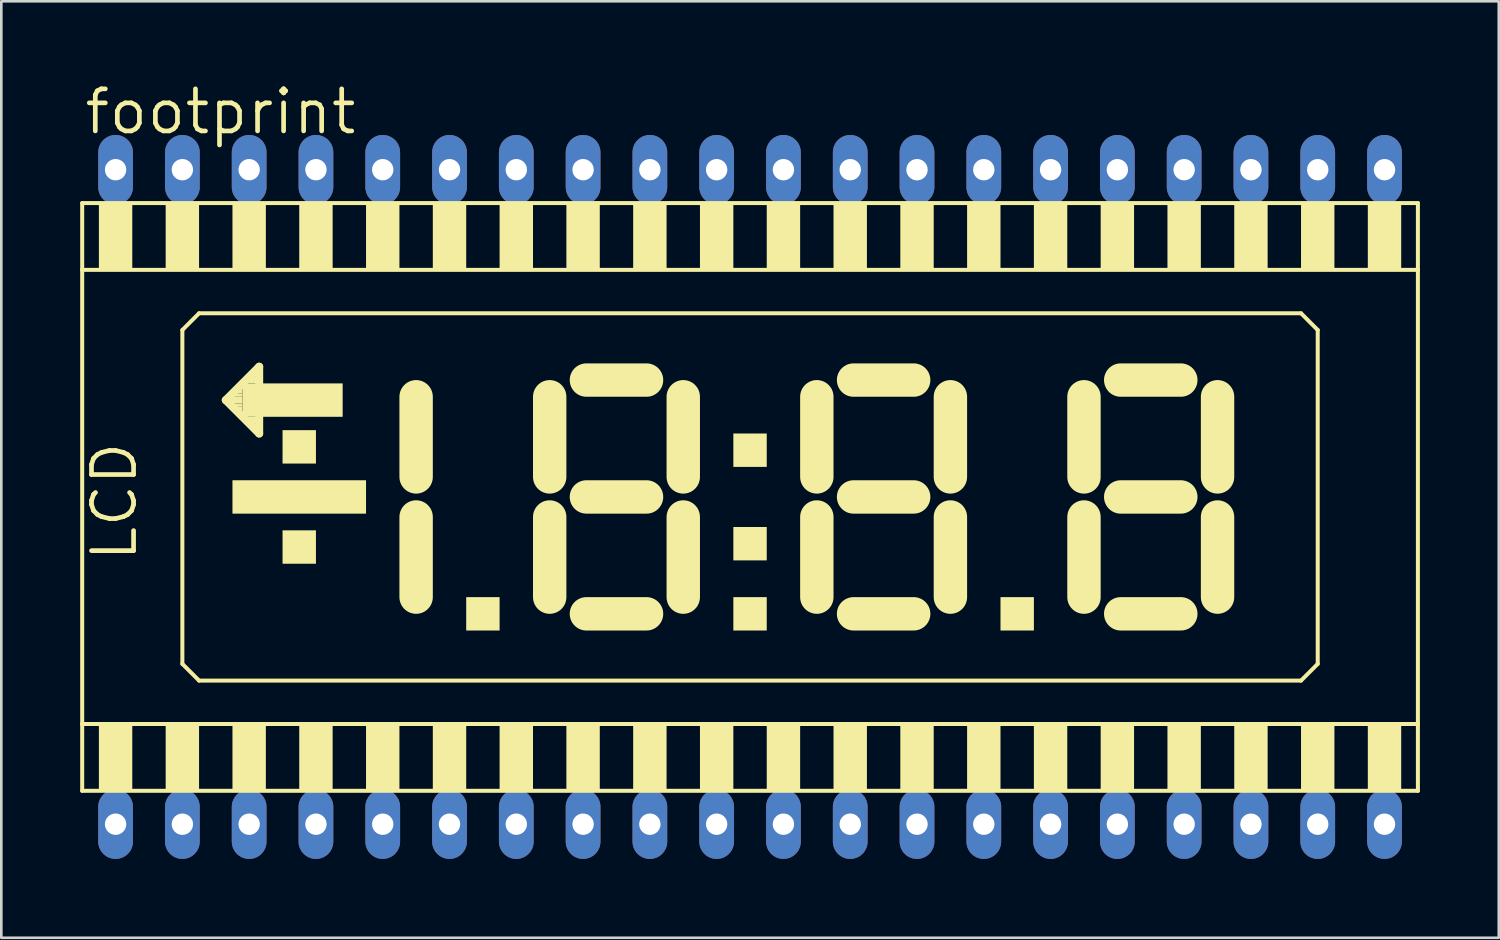
<source format=kicad_pcb>
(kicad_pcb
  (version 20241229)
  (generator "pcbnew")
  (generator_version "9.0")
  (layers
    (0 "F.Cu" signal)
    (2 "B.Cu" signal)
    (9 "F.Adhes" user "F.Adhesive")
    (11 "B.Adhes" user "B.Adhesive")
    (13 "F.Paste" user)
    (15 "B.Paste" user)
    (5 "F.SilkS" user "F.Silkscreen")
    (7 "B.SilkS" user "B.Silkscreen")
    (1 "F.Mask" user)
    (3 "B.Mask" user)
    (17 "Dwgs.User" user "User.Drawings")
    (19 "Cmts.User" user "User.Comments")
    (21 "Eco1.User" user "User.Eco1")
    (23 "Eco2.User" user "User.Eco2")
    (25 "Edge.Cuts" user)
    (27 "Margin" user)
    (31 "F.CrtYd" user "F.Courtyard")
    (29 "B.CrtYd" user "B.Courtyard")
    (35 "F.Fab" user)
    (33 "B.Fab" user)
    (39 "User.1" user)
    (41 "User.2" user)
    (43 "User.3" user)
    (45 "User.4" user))
  (footprint "footprint"
    (layer "F.Cu")
    (at 25.476 15.85)
    (property "Reference" "footprint" (at -25.4 -13.716 0) (layer "F.SilkS") (effects (font (size 1.6 1.6) (thickness 0.178)) (justify left bottom)))
    (fp_line (start -25.4 -11.176) (end -25.4 -8.636) (stroke (width 0.152) (type solid)) (layer "F.SilkS"))
    (fp_line (start -25.4 -8.636) (end -25.4 8.636) (stroke (width 0.152) (type solid)) (layer "F.SilkS"))
    (fp_line (start -25.4 -8.636) (end 25.4 -8.636) (stroke (width 0.152) (type solid)) (layer "F.SilkS"))
    (fp_line (start -25.4 8.636) (end -25.4 11.176) (stroke (width 0.152) (type solid)) (layer "F.SilkS"))
    (fp_line (start -25.4 11.176) (end 25.4 11.176) (stroke (width 0.152) (type solid)) (layer "F.SilkS"))
    (fp_line (start -21.59 -6.35) (end -21.59 6.35) (stroke (width 0.152) (type solid)) (layer "F.SilkS"))
    (fp_line (start -21.59 6.35) (end -20.955 6.985) (stroke (width 0.152) (type solid)) (layer "F.SilkS"))
    (fp_line (start -20.955 -6.985) (end -21.59 -6.35) (stroke (width 0.152) (type solid)) (layer "F.SilkS"))
    (fp_line (start -20.955 6.985) (end 20.955 6.985) (stroke (width 0.152) (type solid)) (layer "F.SilkS"))
    (fp_line (start -19.939 -3.683) (end -18.669 -4.953) (stroke (width 0.305) (type solid)) (layer "F.SilkS"))
    (fp_line (start -18.669 -4.953) (end -18.669 -2.413) (stroke (width 0.305) (type solid)) (layer "F.SilkS"))
    (fp_line (start -18.669 -2.413) (end -19.939 -3.683) (stroke (width 0.305) (type solid)) (layer "F.SilkS"))
    (fp_line (start -12.7 -0.762) (end -12.7 -3.81) (stroke (width 1.27) (type solid)) (layer "F.SilkS"))
    (fp_line (start -12.7 3.81) (end -12.7 0.762) (stroke (width 1.27) (type solid)) (layer "F.SilkS"))
    (fp_line (start -7.62 -3.81) (end -7.62 -0.762) (stroke (width 1.27) (type solid)) (layer "F.SilkS"))
    (fp_line (start -7.62 0.762) (end -7.62 3.81) (stroke (width 1.27) (type solid)) (layer "F.SilkS"))
    (fp_line (start -6.223 -4.445) (end -3.937 -4.445) (stroke (width 1.27) (type solid)) (layer "F.SilkS"))
    (fp_line (start -6.223 0) (end -3.937 0) (stroke (width 1.27) (type solid)) (layer "F.SilkS"))
    (fp_line (start -6.223 4.445) (end -3.937 4.445) (stroke (width 1.27) (type solid)) (layer "F.SilkS"))
    (fp_line (start -2.54 -0.762) (end -2.54 -3.81) (stroke (width 1.27) (type solid)) (layer "F.SilkS"))
    (fp_line (start -2.54 3.81) (end -2.54 0.762) (stroke (width 1.27) (type solid)) (layer "F.SilkS"))
    (fp_line (start 2.54 -3.81) (end 2.54 -0.762) (stroke (width 1.27) (type solid)) (layer "F.SilkS"))
    (fp_line (start 2.54 0.762) (end 2.54 3.81) (stroke (width 1.27) (type solid)) (layer "F.SilkS"))
    (fp_line (start 3.937 -4.445) (end 6.223 -4.445) (stroke (width 1.27) (type solid)) (layer "F.SilkS"))
    (fp_line (start 3.937 0) (end 6.223 0) (stroke (width 1.27) (type solid)) (layer "F.SilkS"))
    (fp_line (start 3.937 4.445) (end 6.223 4.445) (stroke (width 1.27) (type solid)) (layer "F.SilkS"))
    (fp_line (start 7.62 -0.762) (end 7.62 -3.81) (stroke (width 1.27) (type solid)) (layer "F.SilkS"))
    (fp_line (start 7.62 3.81) (end 7.62 0.762) (stroke (width 1.27) (type solid)) (layer "F.SilkS"))
    (fp_line (start 12.7 -3.81) (end 12.7 -0.762) (stroke (width 1.27) (type solid)) (layer "F.SilkS"))
    (fp_line (start 12.7 0.762) (end 12.7 3.81) (stroke (width 1.27) (type solid)) (layer "F.SilkS"))
    (fp_line (start 14.097 -4.445) (end 16.383 -4.445) (stroke (width 1.27) (type solid)) (layer "F.SilkS"))
    (fp_line (start 14.097 0) (end 16.383 0) (stroke (width 1.27) (type solid)) (layer "F.SilkS"))
    (fp_line (start 14.097 4.445) (end 16.383 4.445) (stroke (width 1.27) (type solid)) (layer "F.SilkS"))
    (fp_line (start 17.78 -0.762) (end 17.78 -3.81) (stroke (width 1.27) (type solid)) (layer "F.SilkS"))
    (fp_line (start 17.78 3.81) (end 17.78 0.762) (stroke (width 1.27) (type solid)) (layer "F.SilkS"))
    (fp_line (start 20.955 -6.985) (end -20.955 -6.985) (stroke (width 0.152) (type solid)) (layer "F.SilkS"))
    (fp_line (start 20.955 6.985) (end 21.59 6.35) (stroke (width 0.152) (type solid)) (layer "F.SilkS"))
    (fp_line (start 21.59 -6.35) (end 20.955 -6.985) (stroke (width 0.152) (type solid)) (layer "F.SilkS"))
    (fp_line (start 21.59 6.35) (end 21.59 -6.35) (stroke (width 0.152) (type solid)) (layer "F.SilkS"))
    (fp_line (start 25.4 -11.176) (end -25.4 -11.176) (stroke (width 0.152) (type solid)) (layer "F.SilkS"))
    (fp_line (start 25.4 -8.636) (end 25.4 -11.176) (stroke (width 0.152) (type solid)) (layer "F.SilkS"))
    (fp_line (start 25.4 8.636) (end -25.4 8.636) (stroke (width 0.152) (type solid)) (layer "F.SilkS"))
    (fp_line (start 25.4 8.636) (end 25.4 -8.636) (stroke (width 0.152) (type solid)) (layer "F.SilkS"))
    (fp_line (start 25.4 11.176) (end 25.4 8.636) (stroke (width 0.152) (type solid)) (layer "F.SilkS"))
    (fp_poly (pts (xy -24.765 -8.636) (xy -23.495 -8.636) (xy -23.495 -11.176) (xy -24.765 -11.176)) (stroke (width 0) (type solid)) (fill yes) (layer "F.SilkS"))
    (fp_poly (pts (xy -24.765 11.176) (xy -23.495 11.176) (xy -23.495 8.636) (xy -24.765 8.636)) (stroke (width 0) (type solid)) (fill yes) (layer "F.SilkS"))
    (fp_poly (pts (xy -22.225 -8.636) (xy -20.955 -8.636) (xy -20.955 -11.176) (xy -22.225 -11.176)) (stroke (width 0) (type solid)) (fill yes) (layer "F.SilkS"))
    (fp_poly (pts (xy -22.225 11.176) (xy -20.955 11.176) (xy -20.955 8.636) (xy -22.225 8.636)) (stroke (width 0) (type solid)) (fill yes) (layer "F.SilkS"))
    (fp_poly (pts (xy -19.812 -3.556) (xy -19.304 -3.556) (xy -19.304 -3.81) (xy -19.812 -3.81)) (stroke (width 0) (type solid)) (fill yes) (layer "F.SilkS"))
    (fp_poly (pts (xy -19.685 -8.636) (xy -18.415 -8.636) (xy -18.415 -11.176) (xy -19.685 -11.176)) (stroke (width 0) (type solid)) (fill yes) (layer "F.SilkS"))
    (fp_poly (pts (xy -19.685 -3.81) (xy -19.304 -3.81) (xy -19.304 -3.937) (xy -19.685 -3.937)) (stroke (width 0) (type solid)) (fill yes) (layer "F.SilkS"))
    (fp_poly (pts (xy -19.685 -3.429) (xy -19.304 -3.429) (xy -19.304 -3.556) (xy -19.685 -3.556)) (stroke (width 0) (type solid)) (fill yes) (layer "F.SilkS"))
    (fp_poly (pts (xy -19.685 0.635) (xy -14.605 0.635) (xy -14.605 -0.635) (xy -19.685 -0.635)) (stroke (width 0) (type solid)) (fill yes) (layer "F.SilkS"))
    (fp_poly (pts (xy -19.685 11.176) (xy -18.415 11.176) (xy -18.415 8.636) (xy -19.685 8.636)) (stroke (width 0) (type solid)) (fill yes) (layer "F.SilkS"))
    (fp_poly (pts (xy -19.558 -3.937) (xy -19.304 -3.937) (xy -19.304 -4.064) (xy -19.558 -4.064)) (stroke (width 0) (type solid)) (fill yes) (layer "F.SilkS"))
    (fp_poly (pts (xy -19.558 -3.302) (xy -19.304 -3.302) (xy -19.304 -3.429) (xy -19.558 -3.429)) (stroke (width 0) (type solid)) (fill yes) (layer "F.SilkS"))
    (fp_poly (pts (xy -19.431 -4.064) (xy -19.304 -4.064) (xy -19.304 -4.191) (xy -19.431 -4.191)) (stroke (width 0) (type solid)) (fill yes) (layer "F.SilkS"))
    (fp_poly (pts (xy -19.431 -3.175) (xy -19.304 -3.175) (xy -19.304 -3.302) (xy -19.431 -3.302)) (stroke (width 0) (type solid)) (fill yes) (layer "F.SilkS"))
    (fp_poly (pts (xy -19.304 -3.048) (xy -15.494 -3.048) (xy -15.494 -4.318) (xy -19.304 -4.318)) (stroke (width 0) (type solid)) (fill yes) (layer "F.SilkS"))
    (fp_poly (pts (xy -19.177 -4.318) (xy -18.669 -4.318) (xy -18.669 -4.572) (xy -19.177 -4.572)) (stroke (width 0) (type solid)) (fill yes) (layer "F.SilkS"))
    (fp_poly (pts (xy -19.177 -2.794) (xy -18.669 -2.794) (xy -18.669 -3.048) (xy -19.177 -3.048)) (stroke (width 0) (type solid)) (fill yes) (layer "F.SilkS"))
    (fp_poly (pts (xy -18.923 -4.572) (xy -18.669 -4.572) (xy -18.669 -4.699) (xy -18.923 -4.699)) (stroke (width 0) (type solid)) (fill yes) (layer "F.SilkS"))
    (fp_poly (pts (xy -18.923 -2.667) (xy -18.669 -2.667) (xy -18.669 -2.794) (xy -18.923 -2.794)) (stroke (width 0) (type solid)) (fill yes) (layer "F.SilkS"))
    (fp_poly (pts (xy -17.78 -1.27) (xy -16.51 -1.27) (xy -16.51 -2.54) (xy -17.78 -2.54)) (stroke (width 0) (type solid)) (fill yes) (layer "F.SilkS"))
    (fp_poly (pts (xy -17.78 2.54) (xy -16.51 2.54) (xy -16.51 1.27) (xy -17.78 1.27)) (stroke (width 0) (type solid)) (fill yes) (layer "F.SilkS"))
    (fp_poly (pts (xy -17.145 -8.636) (xy -15.875 -8.636) (xy -15.875 -11.176) (xy -17.145 -11.176)) (stroke (width 0) (type solid)) (fill yes) (layer "F.SilkS"))
    (fp_poly (pts (xy -17.145 11.176) (xy -15.875 11.176) (xy -15.875 8.636) (xy -17.145 8.636)) (stroke (width 0) (type solid)) (fill yes) (layer "F.SilkS"))
    (fp_poly (pts (xy -14.605 -8.636) (xy -13.335 -8.636) (xy -13.335 -11.176) (xy -14.605 -11.176)) (stroke (width 0) (type solid)) (fill yes) (layer "F.SilkS"))
    (fp_poly (pts (xy -14.605 11.176) (xy -13.335 11.176) (xy -13.335 8.636) (xy -14.605 8.636)) (stroke (width 0) (type solid)) (fill yes) (layer "F.SilkS"))
    (fp_poly (pts (xy -12.065 -8.636) (xy -10.795 -8.636) (xy -10.795 -11.176) (xy -12.065 -11.176)) (stroke (width 0) (type solid)) (fill yes) (layer "F.SilkS"))
    (fp_poly (pts (xy -12.065 11.176) (xy -10.795 11.176) (xy -10.795 8.636) (xy -12.065 8.636)) (stroke (width 0) (type solid)) (fill yes) (layer "F.SilkS"))
    (fp_poly (pts (xy -10.795 5.08) (xy -9.525 5.08) (xy -9.525 3.81) (xy -10.795 3.81)) (stroke (width 0) (type solid)) (fill yes) (layer "F.SilkS"))
    (fp_poly (pts (xy -9.525 -8.636) (xy -8.255 -8.636) (xy -8.255 -11.176) (xy -9.525 -11.176)) (stroke (width 0) (type solid)) (fill yes) (layer "F.SilkS"))
    (fp_poly (pts (xy -9.525 11.176) (xy -8.255 11.176) (xy -8.255 8.636) (xy -9.525 8.636)) (stroke (width 0) (type solid)) (fill yes) (layer "F.SilkS"))
    (fp_poly (pts (xy -6.985 -8.636) (xy -5.715 -8.636) (xy -5.715 -11.176) (xy -6.985 -11.176)) (stroke (width 0) (type solid)) (fill yes) (layer "F.SilkS"))
    (fp_poly (pts (xy -6.985 11.176) (xy -5.715 11.176) (xy -5.715 8.636) (xy -6.985 8.636)) (stroke (width 0) (type solid)) (fill yes) (layer "F.SilkS"))
    (fp_poly (pts (xy -4.445 -8.636) (xy -3.175 -8.636) (xy -3.175 -11.176) (xy -4.445 -11.176)) (stroke (width 0) (type solid)) (fill yes) (layer "F.SilkS"))
    (fp_poly (pts (xy -4.445 11.176) (xy -3.175 11.176) (xy -3.175 8.636) (xy -4.445 8.636)) (stroke (width 0) (type solid)) (fill yes) (layer "F.SilkS"))
    (fp_poly (pts (xy -1.905 -8.636) (xy -0.635 -8.636) (xy -0.635 -11.176) (xy -1.905 -11.176)) (stroke (width 0) (type solid)) (fill yes) (layer "F.SilkS"))
    (fp_poly (pts (xy -1.905 11.176) (xy -0.635 11.176) (xy -0.635 8.636) (xy -1.905 8.636)) (stroke (width 0) (type solid)) (fill yes) (layer "F.SilkS"))
    (fp_poly (pts (xy -0.635 -1.143) (xy 0.635 -1.143) (xy 0.635 -2.413) (xy -0.635 -2.413)) (stroke (width 0) (type solid)) (fill yes) (layer "F.SilkS"))
    (fp_poly (pts (xy -0.635 2.413) (xy 0.635 2.413) (xy 0.635 1.143) (xy -0.635 1.143)) (stroke (width 0) (type solid)) (fill yes) (layer "F.SilkS"))
    (fp_poly (pts (xy -0.635 5.08) (xy 0.635 5.08) (xy 0.635 3.81) (xy -0.635 3.81)) (stroke (width 0) (type solid)) (fill yes) (layer "F.SilkS"))
    (fp_poly (pts (xy 0.635 -8.636) (xy 1.905 -8.636) (xy 1.905 -11.176) (xy 0.635 -11.176)) (stroke (width 0) (type solid)) (fill yes) (layer "F.SilkS"))
    (fp_poly (pts (xy 0.635 11.176) (xy 1.905 11.176) (xy 1.905 8.636) (xy 0.635 8.636)) (stroke (width 0) (type solid)) (fill yes) (layer "F.SilkS"))
    (fp_poly (pts (xy 3.175 -8.636) (xy 4.445 -8.636) (xy 4.445 -11.176) (xy 3.175 -11.176)) (stroke (width 0) (type solid)) (fill yes) (layer "F.SilkS"))
    (fp_poly (pts (xy 3.175 11.176) (xy 4.445 11.176) (xy 4.445 8.636) (xy 3.175 8.636)) (stroke (width 0) (type solid)) (fill yes) (layer "F.SilkS"))
    (fp_poly (pts (xy 5.715 -8.636) (xy 6.985 -8.636) (xy 6.985 -11.176) (xy 5.715 -11.176)) (stroke (width 0) (type solid)) (fill yes) (layer "F.SilkS"))
    (fp_poly (pts (xy 5.715 11.176) (xy 6.985 11.176) (xy 6.985 8.636) (xy 5.715 8.636)) (stroke (width 0) (type solid)) (fill yes) (layer "F.SilkS"))
    (fp_poly (pts (xy 8.255 -8.636) (xy 9.525 -8.636) (xy 9.525 -11.176) (xy 8.255 -11.176)) (stroke (width 0) (type solid)) (fill yes) (layer "F.SilkS"))
    (fp_poly (pts (xy 8.255 11.176) (xy 9.525 11.176) (xy 9.525 8.636) (xy 8.255 8.636)) (stroke (width 0) (type solid)) (fill yes) (layer "F.SilkS"))
    (fp_poly (pts (xy 9.525 5.08) (xy 10.795 5.08) (xy 10.795 3.81) (xy 9.525 3.81)) (stroke (width 0) (type solid)) (fill yes) (layer "F.SilkS"))
    (fp_poly (pts (xy 10.795 -8.636) (xy 12.065 -8.636) (xy 12.065 -11.176) (xy 10.795 -11.176)) (stroke (width 0) (type solid)) (fill yes) (layer "F.SilkS"))
    (fp_poly (pts (xy 10.795 11.176) (xy 12.065 11.176) (xy 12.065 8.636) (xy 10.795 8.636)) (stroke (width 0) (type solid)) (fill yes) (layer "F.SilkS"))
    (fp_poly (pts (xy 13.335 -8.636) (xy 14.605 -8.636) (xy 14.605 -11.176) (xy 13.335 -11.176)) (stroke (width 0) (type solid)) (fill yes) (layer "F.SilkS"))
    (fp_poly (pts (xy 13.335 11.176) (xy 14.605 11.176) (xy 14.605 8.636) (xy 13.335 8.636)) (stroke (width 0) (type solid)) (fill yes) (layer "F.SilkS"))
    (fp_poly (pts (xy 15.875 -8.636) (xy 17.145 -8.636) (xy 17.145 -11.176) (xy 15.875 -11.176)) (stroke (width 0) (type solid)) (fill yes) (layer "F.SilkS"))
    (fp_poly (pts (xy 15.875 11.176) (xy 17.145 11.176) (xy 17.145 8.636) (xy 15.875 8.636)) (stroke (width 0) (type solid)) (fill yes) (layer "F.SilkS"))
    (fp_poly (pts (xy 18.415 -8.636) (xy 19.685 -8.636) (xy 19.685 -11.176) (xy 18.415 -11.176)) (stroke (width 0) (type solid)) (fill yes) (layer "F.SilkS"))
    (fp_poly (pts (xy 18.415 11.176) (xy 19.685 11.176) (xy 19.685 8.636) (xy 18.415 8.636)) (stroke (width 0) (type solid)) (fill yes) (layer "F.SilkS"))
    (fp_poly (pts (xy 20.955 -8.636) (xy 22.225 -8.636) (xy 22.225 -11.176) (xy 20.955 -11.176)) (stroke (width 0) (type solid)) (fill yes) (layer "F.SilkS"))
    (fp_poly (pts (xy 20.955 11.176) (xy 22.225 11.176) (xy 22.225 8.636) (xy 20.955 8.636)) (stroke (width 0) (type solid)) (fill yes) (layer "F.SilkS"))
    (fp_poly (pts (xy 23.495 -8.636) (xy 24.765 -8.636) (xy 24.765 -11.176) (xy 23.495 -11.176)) (stroke (width 0) (type solid)) (fill yes) (layer "F.SilkS"))
    (fp_poly (pts (xy 23.495 11.176) (xy 24.765 11.176) (xy 24.765 8.636) (xy 23.495 8.636)) (stroke (width 0) (type solid)) (fill yes) (layer "F.SilkS"))
    (fp_text user "LCD" (at -23.241 2.54 90) (layer "F.SilkS") (effects (font (size 1.6 1.6) (thickness 0.178)) (justify left bottom)))
    (pad "1" thru_hole oval (at -24.13 12.446 90) (size 2.642 1.321) (drill 0.813) (layers "*.Cu" "*.Mask"))
    (pad "2" thru_hole oval (at -21.59 12.446 90) (size 2.642 1.321) (drill 0.813) (layers "*.Cu" "*.Mask"))
    (pad "3" thru_hole oval (at -19.05 12.446 90) (size 2.642 1.321) (drill 0.813) (layers "*.Cu" "*.Mask"))
    (pad "4" thru_hole oval (at -16.51 12.446 90) (size 2.642 1.321) (drill 0.813) (layers "*.Cu" "*.Mask"))
    (pad "5" thru_hole oval (at -13.97 12.446 90) (size 2.642 1.321) (drill 0.813) (layers "*.Cu" "*.Mask"))
    (pad "6" thru_hole oval (at -11.43 12.446 90) (size 2.642 1.321) (drill 0.813) (layers "*.Cu" "*.Mask"))
    (pad "7" thru_hole oval (at -8.89 12.446 90) (size 2.642 1.321) (drill 0.813) (layers "*.Cu" "*.Mask"))
    (pad "8" thru_hole oval (at -6.35 12.446 90) (size 2.642 1.321) (drill 0.813) (layers "*.Cu" "*.Mask"))
    (pad "9" thru_hole oval (at -3.81 12.446 90) (size 2.642 1.321) (drill 0.813) (layers "*.Cu" "*.Mask"))
    (pad "10" thru_hole oval (at -1.27 12.446 90) (size 2.642 1.321) (drill 0.813) (layers "*.Cu" "*.Mask"))
    (pad "11" thru_hole oval (at 1.27 12.446 90) (size 2.642 1.321) (drill 0.813) (layers "*.Cu" "*.Mask"))
    (pad "12" thru_hole oval (at 3.81 12.446 90) (size 2.642 1.321) (drill 0.813) (layers "*.Cu" "*.Mask"))
    (pad "13" thru_hole oval (at 6.35 12.446 90) (size 2.642 1.321) (drill 0.813) (layers "*.Cu" "*.Mask"))
    (pad "14" thru_hole oval (at 8.89 12.446 90) (size 2.642 1.321) (drill 0.813) (layers "*.Cu" "*.Mask"))
    (pad "15" thru_hole oval (at 11.43 12.446 90) (size 2.642 1.321) (drill 0.813) (layers "*.Cu" "*.Mask"))
    (pad "16" thru_hole oval (at 13.97 12.446 90) (size 2.642 1.321) (drill 0.813) (layers "*.Cu" "*.Mask"))
    (pad "17" thru_hole oval (at 16.51 12.446 90) (size 2.642 1.321) (drill 0.813) (layers "*.Cu" "*.Mask"))
    (pad "18" thru_hole oval (at 19.05 12.446 90) (size 2.642 1.321) (drill 0.813) (layers "*.Cu" "*.Mask"))
    (pad "19" thru_hole oval (at 21.59 12.446 90) (size 2.642 1.321) (drill 0.813) (layers "*.Cu" "*.Mask"))
    (pad "20" thru_hole oval (at 24.13 12.446 90) (size 2.642 1.321) (drill 0.813) (layers "*.Cu" "*.Mask"))
    (pad "21" thru_hole oval (at 24.13 -12.446 90) (size 2.642 1.321) (drill 0.813) (layers "*.Cu" "*.Mask"))
    (pad "22" thru_hole oval (at 21.59 -12.446 90) (size 2.642 1.321) (drill 0.813) (layers "*.Cu" "*.Mask"))
    (pad "23" thru_hole oval (at 19.05 -12.446 90) (size 2.642 1.321) (drill 0.813) (layers "*.Cu" "*.Mask"))
    (pad "24" thru_hole oval (at 16.51 -12.446 90) (size 2.642 1.321) (drill 0.813) (layers "*.Cu" "*.Mask"))
    (pad "25" thru_hole oval (at 13.97 -12.446 90) (size 2.642 1.321) (drill 0.813) (layers "*.Cu" "*.Mask"))
    (pad "26" thru_hole oval (at 11.43 -12.446 90) (size 2.642 1.321) (drill 0.813) (layers "*.Cu" "*.Mask"))
    (pad "27" thru_hole oval (at 8.89 -12.446 90) (size 2.642 1.321) (drill 0.813) (layers "*.Cu" "*.Mask"))
    (pad "28" thru_hole oval (at 6.35 -12.446 90) (size 2.642 1.321) (drill 0.813) (layers "*.Cu" "*.Mask"))
    (pad "29" thru_hole oval (at 3.81 -12.446 90) (size 2.642 1.321) (drill 0.813) (layers "*.Cu" "*.Mask"))
    (pad "30" thru_hole oval (at 1.27 -12.446 90) (size 2.642 1.321) (drill 0.813) (layers "*.Cu" "*.Mask"))
    (pad "31" thru_hole oval (at -1.27 -12.446 90) (size 2.642 1.321) (drill 0.813) (layers "*.Cu" "*.Mask"))
    (pad "32" thru_hole oval (at -3.81 -12.446 90) (size 2.642 1.321) (drill 0.813) (layers "*.Cu" "*.Mask"))
    (pad "33" thru_hole oval (at -6.35 -12.446 90) (size 2.642 1.321) (drill 0.813) (layers "*.Cu" "*.Mask"))
    (pad "34" thru_hole oval (at -8.89 -12.446 90) (size 2.642 1.321) (drill 0.813) (layers "*.Cu" "*.Mask"))
    (pad "35" thru_hole oval (at -11.43 -12.446 90) (size 2.642 1.321) (drill 0.813) (layers "*.Cu" "*.Mask"))
    (pad "36" thru_hole oval (at -13.97 -12.446 90) (size 2.642 1.321) (drill 0.813) (layers "*.Cu" "*.Mask"))
    (pad "37" thru_hole oval (at -16.51 -12.446 90) (size 2.642 1.321) (drill 0.813) (layers "*.Cu" "*.Mask"))
    (pad "38" thru_hole oval (at -19.05 -12.446 90) (size 2.642 1.321) (drill 0.813) (layers "*.Cu" "*.Mask"))
    (pad "39" thru_hole oval (at -21.59 -12.446 90) (size 2.642 1.321) (drill 0.813) (layers "*.Cu" "*.Mask"))
    (pad "40" thru_hole oval (at -24.13 -12.446 90) (size 2.642 1.321) (drill 0.813) (layers "*.Cu" "*.Mask")))
  (gr_rect
    (start -3 -3)
    (end 53.952 32.616)
    (stroke (width 0.1) (type default))
    (fill no)
    (layer "Edge.Cuts")))
</source>
